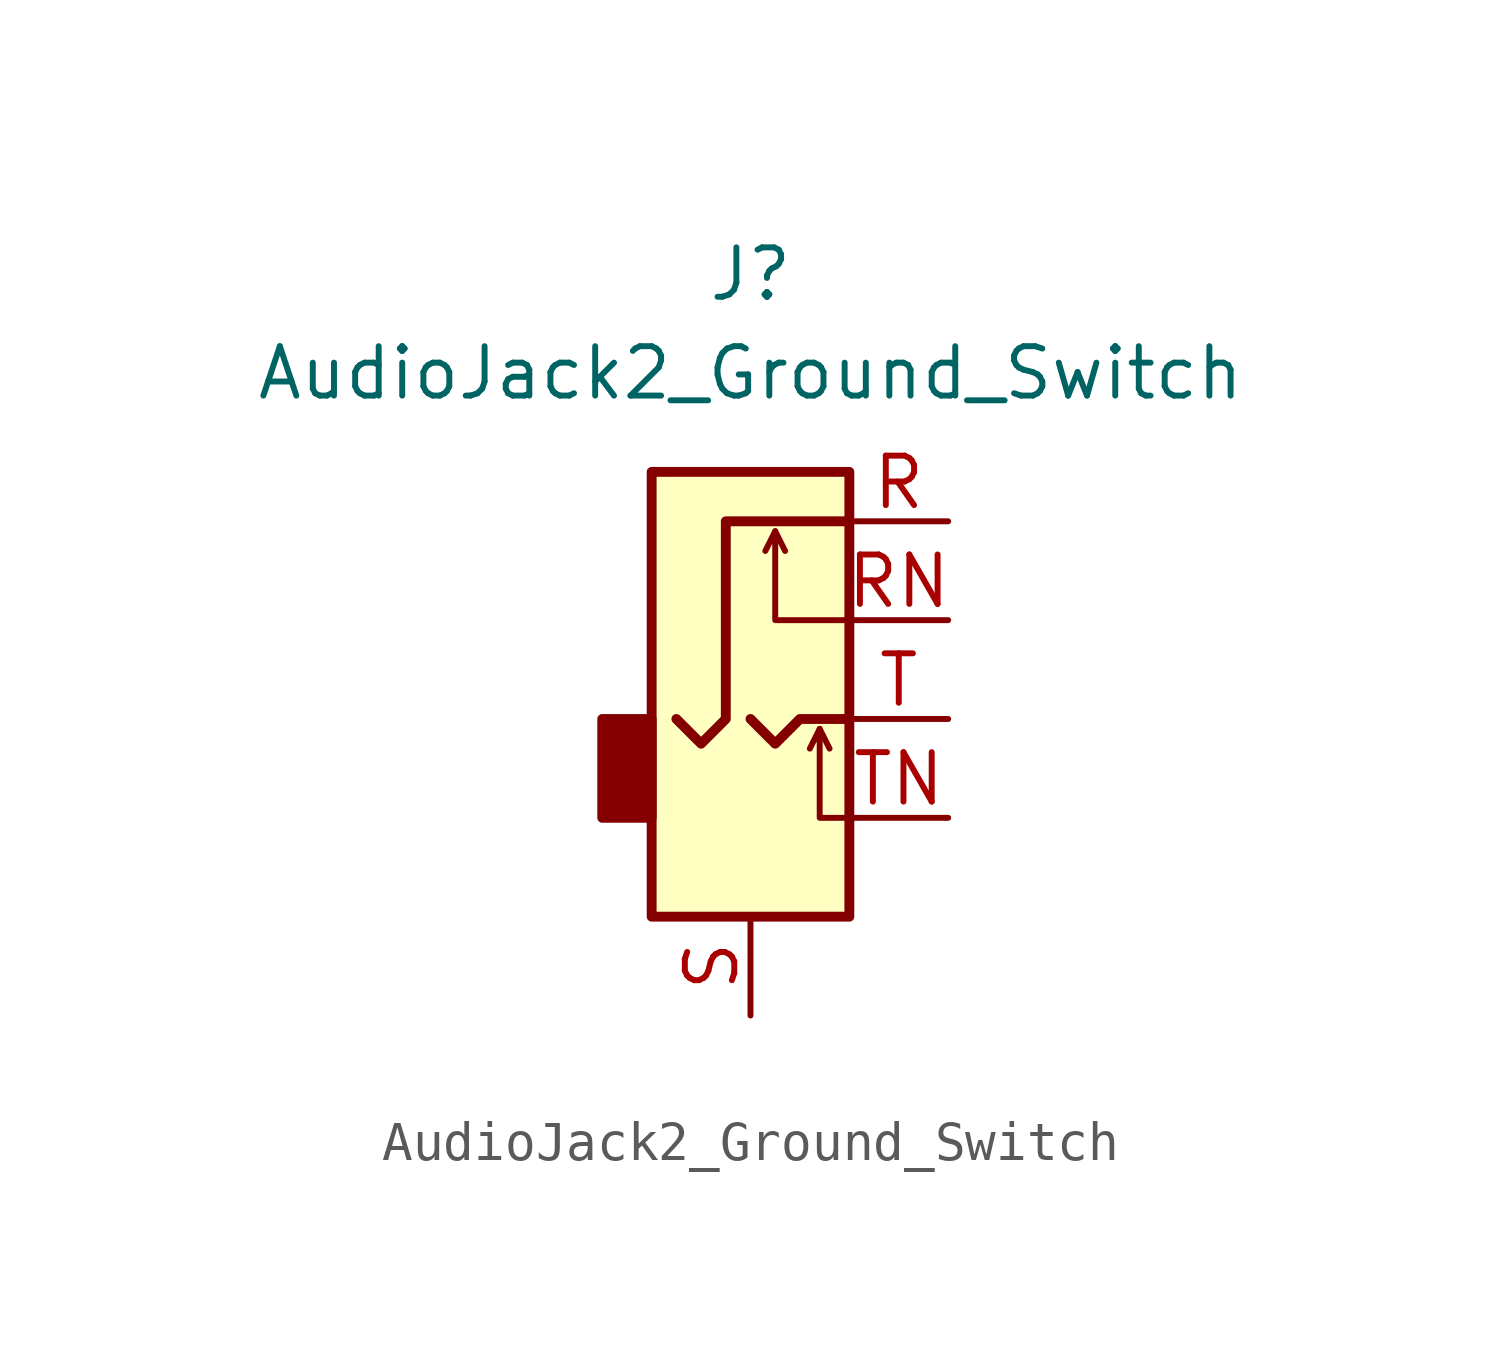
<source format=kicad_sym>
(kicad_symbol_lib
  (version 20231120)
  (generator "kicad_symbol_editor")
  (generator_version "8.0")
  (symbol "AudioJack2_Ground_Switch"
    (property "Reference" "J"
      (at 0 11.43 0)
      (effects (font (size 1.27 1.27))))
    (property "Value" "AudioJack2_Ground_Switch"
      (at 0 8.89 0)
      (effects (font (size 1.27 1.27))))
    (symbol "AudioJack2_Ground_Switch_0_1"
      (rectangle (start -2.54 -2.54) (end -3.81 0) (stroke (width 0.254) (type default)) (fill (type outline)))
      (rectangle (start 2.54 6.35) (end -2.54 -5.08) (stroke (width 0.254) (type default)) (fill (type background))))
    (symbol "AudioJack2_Ground_Switch_1_1"
      (polyline (pts (xy 0.635 4.826) (xy 0.889 4.318)) (stroke (width 0) (type default)) (fill (type none)))
      (polyline (pts (xy 1.778 -0.254) (xy 2.032 -0.762)) (stroke (width 0) (type default)) (fill (type none)))
      (polyline (pts (xy 0 0) (xy 0.635 -0.635) (xy 1.27 0) (xy 2.54 0)) (stroke (width 0.254) (type default)) (fill (type none)))
      (polyline (pts (xy 2.54 -2.54) (xy 1.778 -2.54) (xy 1.778 -0.254) (xy 1.524 -0.762)) (stroke (width 0) (type default)) (fill (type none)))
      (polyline (pts (xy 2.54 2.54) (xy 0.635 2.54) (xy 0.635 4.826) (xy 0.381 4.318)) (stroke (width 0) (type default)) (fill (type none)))
      (polyline (pts (xy 2.54 5.08) (xy -0.635 5.08) (xy -0.635 0) (xy -1.27 -0.635) (xy -1.905 0)) (stroke (width 0.254) (type default)) (fill (type none)))
      (pin passive line (at 5.08 5.08 180) (length 2.54) (name "~" (effects (font (size 1.27 1.27)))) (number "R" (effects (font (size 1.27 1.27)))))
      (pin passive line (at 5.08 2.54 180) (length 2.54) (name "~" (effects (font (size 1.27 1.27)))) (number "RN" (effects (font (size 1.27 1.27)))))
      (pin passive line (at 0 -7.62 90) (length 2.54) (name "~" (effects (font (size 1.27 1.27)))) (number "S" (effects (font (size 1.27 1.27)))))
      (pin passive line (at 5.08 0 180) (length 2.54) (name "~" (effects (font (size 1.27 1.27)))) (number "T" (effects (font (size 1.27 1.27)))))
      (pin passive line (at 5.08 -2.54 180) (length 2.54) (name "~" (effects (font (size 1.27 1.27)))) (number "TN" (effects (font (size 1.27 1.27))))))))
</source>
